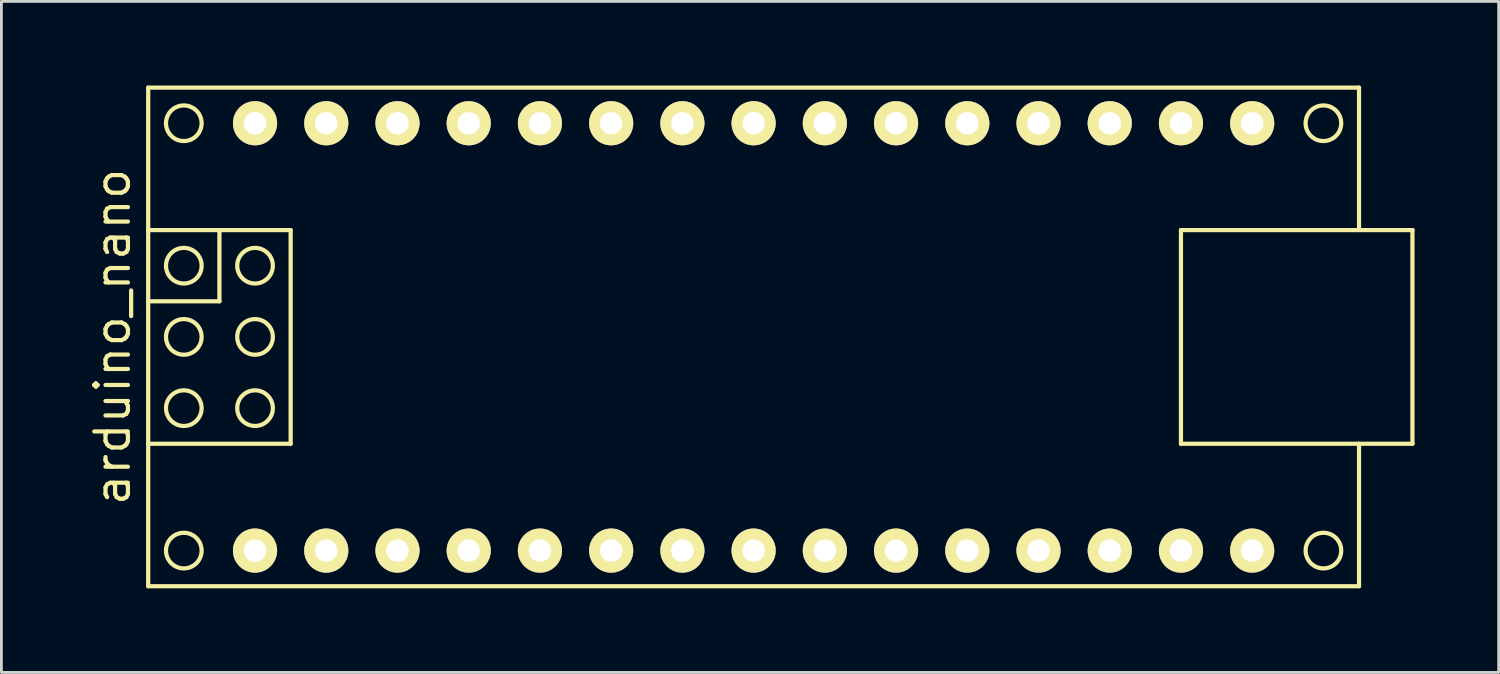
<source format=kicad_pcb>
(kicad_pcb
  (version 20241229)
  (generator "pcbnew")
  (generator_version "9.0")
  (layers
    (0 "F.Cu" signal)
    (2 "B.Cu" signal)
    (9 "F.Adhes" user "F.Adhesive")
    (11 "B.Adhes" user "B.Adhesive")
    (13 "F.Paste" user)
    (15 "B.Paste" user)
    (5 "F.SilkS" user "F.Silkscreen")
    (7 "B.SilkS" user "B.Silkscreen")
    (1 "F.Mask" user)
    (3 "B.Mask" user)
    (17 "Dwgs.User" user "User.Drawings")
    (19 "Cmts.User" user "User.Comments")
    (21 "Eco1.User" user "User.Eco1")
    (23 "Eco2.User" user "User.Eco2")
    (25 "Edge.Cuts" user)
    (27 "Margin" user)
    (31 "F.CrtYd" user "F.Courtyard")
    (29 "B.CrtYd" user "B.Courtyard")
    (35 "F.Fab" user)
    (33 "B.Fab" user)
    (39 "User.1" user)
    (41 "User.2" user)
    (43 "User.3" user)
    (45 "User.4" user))
  (footprint "arduino_nano"
    (layer "F.Cu")
    (at 23.825 8.965)
    (property "Reference" "arduino_nano" (at -22.86 0 90) (layer "F.SilkS") (effects (font (size 1.2 1.2) (thickness 0.15))))
    (attr through_hole)
    (fp_line (start -21.59 -8.89) (end -21.59 8.89) (stroke (width 0.15) (type solid)) (layer "F.SilkS"))
    (fp_line (start -21.59 3.81) (end -16.51 3.81) (stroke (width 0.15) (type solid)) (layer "F.SilkS"))
    (fp_line (start -21.59 8.89) (end 21.59 8.89) (stroke (width 0.15) (type solid)) (layer "F.SilkS"))
    (fp_line (start -19.05 -3.81) (end -19.05 -1.27) (stroke (width 0.15) (type solid)) (layer "F.SilkS"))
    (fp_line (start -19.05 -1.27) (end -21.59 -1.27) (stroke (width 0.15) (type solid)) (layer "F.SilkS"))
    (fp_line (start -16.51 -3.81) (end -21.59 -3.81) (stroke (width 0.15) (type solid)) (layer "F.SilkS"))
    (fp_line (start -16.51 3.81) (end -16.51 -3.81) (stroke (width 0.15) (type solid)) (layer "F.SilkS"))
    (fp_line (start 15.24 -3.81) (end 23.495 -3.81) (stroke (width 0.15) (type solid)) (layer "F.SilkS"))
    (fp_line (start 15.24 3.81) (end 15.24 -3.81) (stroke (width 0.15) (type solid)) (layer "F.SilkS"))
    (fp_line (start 21.59 -8.89) (end -21.59 -8.89) (stroke (width 0.15) (type solid)) (layer "F.SilkS"))
    (fp_line (start 21.59 -8.89) (end 21.59 -3.81) (stroke (width 0.15) (type solid)) (layer "F.SilkS"))
    (fp_line (start 21.59 3.81) (end 21.59 8.89) (stroke (width 0.15) (type solid)) (layer "F.SilkS"))
    (fp_line (start 23.495 -3.81) (end 23.495 3.81) (stroke (width 0.15) (type solid)) (layer "F.SilkS"))
    (fp_line (start 23.495 3.81) (end 15.24 3.81) (stroke (width 0.15) (type solid)) (layer "F.SilkS"))
    (fp_circle (center -20.32 -7.62) (end -19.685 -7.62) (stroke (width 0.15) (type solid)) (fill no) (layer "F.SilkS"))
    (fp_circle (center -20.32 -2.54) (end -20.32 -1.905) (stroke (width 0.15) (type solid)) (fill no) (layer "F.SilkS"))
    (fp_circle (center -20.32 0) (end -19.685 0) (stroke (width 0.15) (type solid)) (fill no) (layer "F.SilkS"))
    (fp_circle (center -20.32 2.54) (end -19.685 2.54) (stroke (width 0.15) (type solid)) (fill no) (layer "F.SilkS"))
    (fp_circle (center -20.32 7.62) (end -19.685 7.62) (stroke (width 0.15) (type solid)) (fill no) (layer "F.SilkS"))
    (fp_circle (center -17.78 -2.54) (end -17.145 -2.54) (stroke (width 0.15) (type solid)) (fill no) (layer "F.SilkS"))
    (fp_circle (center -17.78 0) (end -17.145 0) (stroke (width 0.15) (type solid)) (fill no) (layer "F.SilkS"))
    (fp_circle (center -17.78 2.54) (end -17.145 2.54) (stroke (width 0.15) (type solid)) (fill no) (layer "F.SilkS"))
    (fp_circle (center 20.32 -7.62) (end 20.955 -7.62) (stroke (width 0.15) (type solid)) (fill no) (layer "F.SilkS"))
    (fp_circle (center 20.32 7.62) (end 20.955 7.62) (stroke (width 0.15) (type solid)) (fill no) (layer "F.SilkS"))
    (pad "1" thru_hole circle (at -17.78 7.62) (size 1.575 1.575) (drill 0.8) (layers "*.Cu" "*.Mask" "F.SilkS"))
    (pad "2" thru_hole circle (at -15.24 7.62) (size 1.575 1.575) (drill 0.8) (layers "*.Cu" "*.Mask" "F.SilkS"))
    (pad "3" thru_hole circle (at -12.7 7.62) (size 1.575 1.575) (drill 0.8) (layers "*.Cu" "*.Mask" "F.SilkS"))
    (pad "4" thru_hole circle (at -10.16 7.62) (size 1.575 1.575) (drill 0.8) (layers "*.Cu" "*.Mask" "F.SilkS"))
    (pad "5" thru_hole circle (at -7.62 7.62) (size 1.575 1.575) (drill 0.8) (layers "*.Cu" "*.Mask" "F.SilkS"))
    (pad "6" thru_hole circle (at -5.08 7.62) (size 1.575 1.575) (drill 0.8) (layers "*.Cu" "*.Mask" "F.SilkS"))
    (pad "7" thru_hole circle (at -2.54 7.62) (size 1.575 1.575) (drill 0.8) (layers "*.Cu" "*.Mask" "F.SilkS"))
    (pad "8" thru_hole circle (at 0 7.62) (size 1.575 1.575) (drill 0.8) (layers "*.Cu" "*.Mask" "F.SilkS"))
    (pad "9" thru_hole circle (at 2.54 7.62) (size 1.575 1.575) (drill 0.8) (layers "*.Cu" "*.Mask" "F.SilkS"))
    (pad "10" thru_hole circle (at 5.08 7.62) (size 1.575 1.575) (drill 0.8) (layers "*.Cu" "*.Mask" "F.SilkS"))
    (pad "11" thru_hole circle (at 7.62 7.62) (size 1.575 1.575) (drill 0.8) (layers "*.Cu" "*.Mask" "F.SilkS"))
    (pad "12" thru_hole circle (at 10.16 7.62) (size 1.575 1.575) (drill 0.8) (layers "*.Cu" "*.Mask" "F.SilkS"))
    (pad "13" thru_hole circle (at 12.7 7.62) (size 1.575 1.575) (drill 0.8) (layers "*.Cu" "*.Mask" "F.SilkS"))
    (pad "14" thru_hole circle (at 15.24 7.62) (size 1.575 1.575) (drill 0.8) (layers "*.Cu" "*.Mask" "F.SilkS"))
    (pad "15" thru_hole circle (at 17.78 7.62) (size 1.575 1.575) (drill 0.8) (layers "*.Cu" "*.Mask" "F.SilkS"))
    (pad "16" thru_hole circle (at 17.78 -7.62) (size 1.575 1.575) (drill 0.8) (layers "*.Cu" "*.Mask" "F.SilkS"))
    (pad "17" thru_hole circle (at 15.24 -7.62) (size 1.575 1.575) (drill 0.8) (layers "*.Cu" "*.Mask" "F.SilkS"))
    (pad "18" thru_hole circle (at 12.7 -7.62) (size 1.575 1.575) (drill 0.8) (layers "*.Cu" "*.Mask" "F.SilkS"))
    (pad "19" thru_hole circle (at 10.16 -7.62) (size 1.575 1.575) (drill 0.8) (layers "*.Cu" "*.Mask" "F.SilkS"))
    (pad "20" thru_hole circle (at 7.62 -7.62) (size 1.575 1.575) (drill 0.8) (layers "*.Cu" "*.Mask" "F.SilkS"))
    (pad "21" thru_hole circle (at 5.08 -7.62) (size 1.575 1.575) (drill 0.8) (layers "*.Cu" "*.Mask" "F.SilkS"))
    (pad "22" thru_hole circle (at 2.54 -7.62) (size 1.575 1.575) (drill 0.8) (layers "*.Cu" "*.Mask" "F.SilkS"))
    (pad "23" thru_hole circle (at 0 -7.62) (size 1.575 1.575) (drill 0.8) (layers "*.Cu" "*.Mask" "F.SilkS"))
    (pad "24" thru_hole circle (at -2.54 -7.62) (size 1.575 1.575) (drill 0.8) (layers "*.Cu" "*.Mask" "F.SilkS"))
    (pad "25" thru_hole circle (at -5.08 -7.62) (size 1.575 1.575) (drill 0.8) (layers "*.Cu" "*.Mask" "F.SilkS"))
    (pad "26" thru_hole circle (at -7.62 -7.62) (size 1.575 1.575) (drill 0.8) (layers "*.Cu" "*.Mask" "F.SilkS"))
    (pad "27" thru_hole circle (at -10.16 -7.62) (size 1.575 1.575) (drill 0.8) (layers "*.Cu" "*.Mask" "F.SilkS"))
    (pad "28" thru_hole circle (at -12.7 -7.62) (size 1.575 1.575) (drill 0.8) (layers "*.Cu" "*.Mask" "F.SilkS"))
    (pad "29" thru_hole circle (at -15.24 -7.62) (size 1.575 1.575) (drill 0.8) (layers "*.Cu" "*.Mask" "F.SilkS"))
    (pad "30" thru_hole circle (at -17.78 -7.62) (size 1.575 1.575) (drill 0.8) (layers "*.Cu" "*.Mask" "F.SilkS")))
  (gr_rect
    (start -3 -3)
    (end 50.395 20.93)
    (stroke (width 0.1) (type default))
    (fill no)
    (layer "Edge.Cuts")))
</source>
